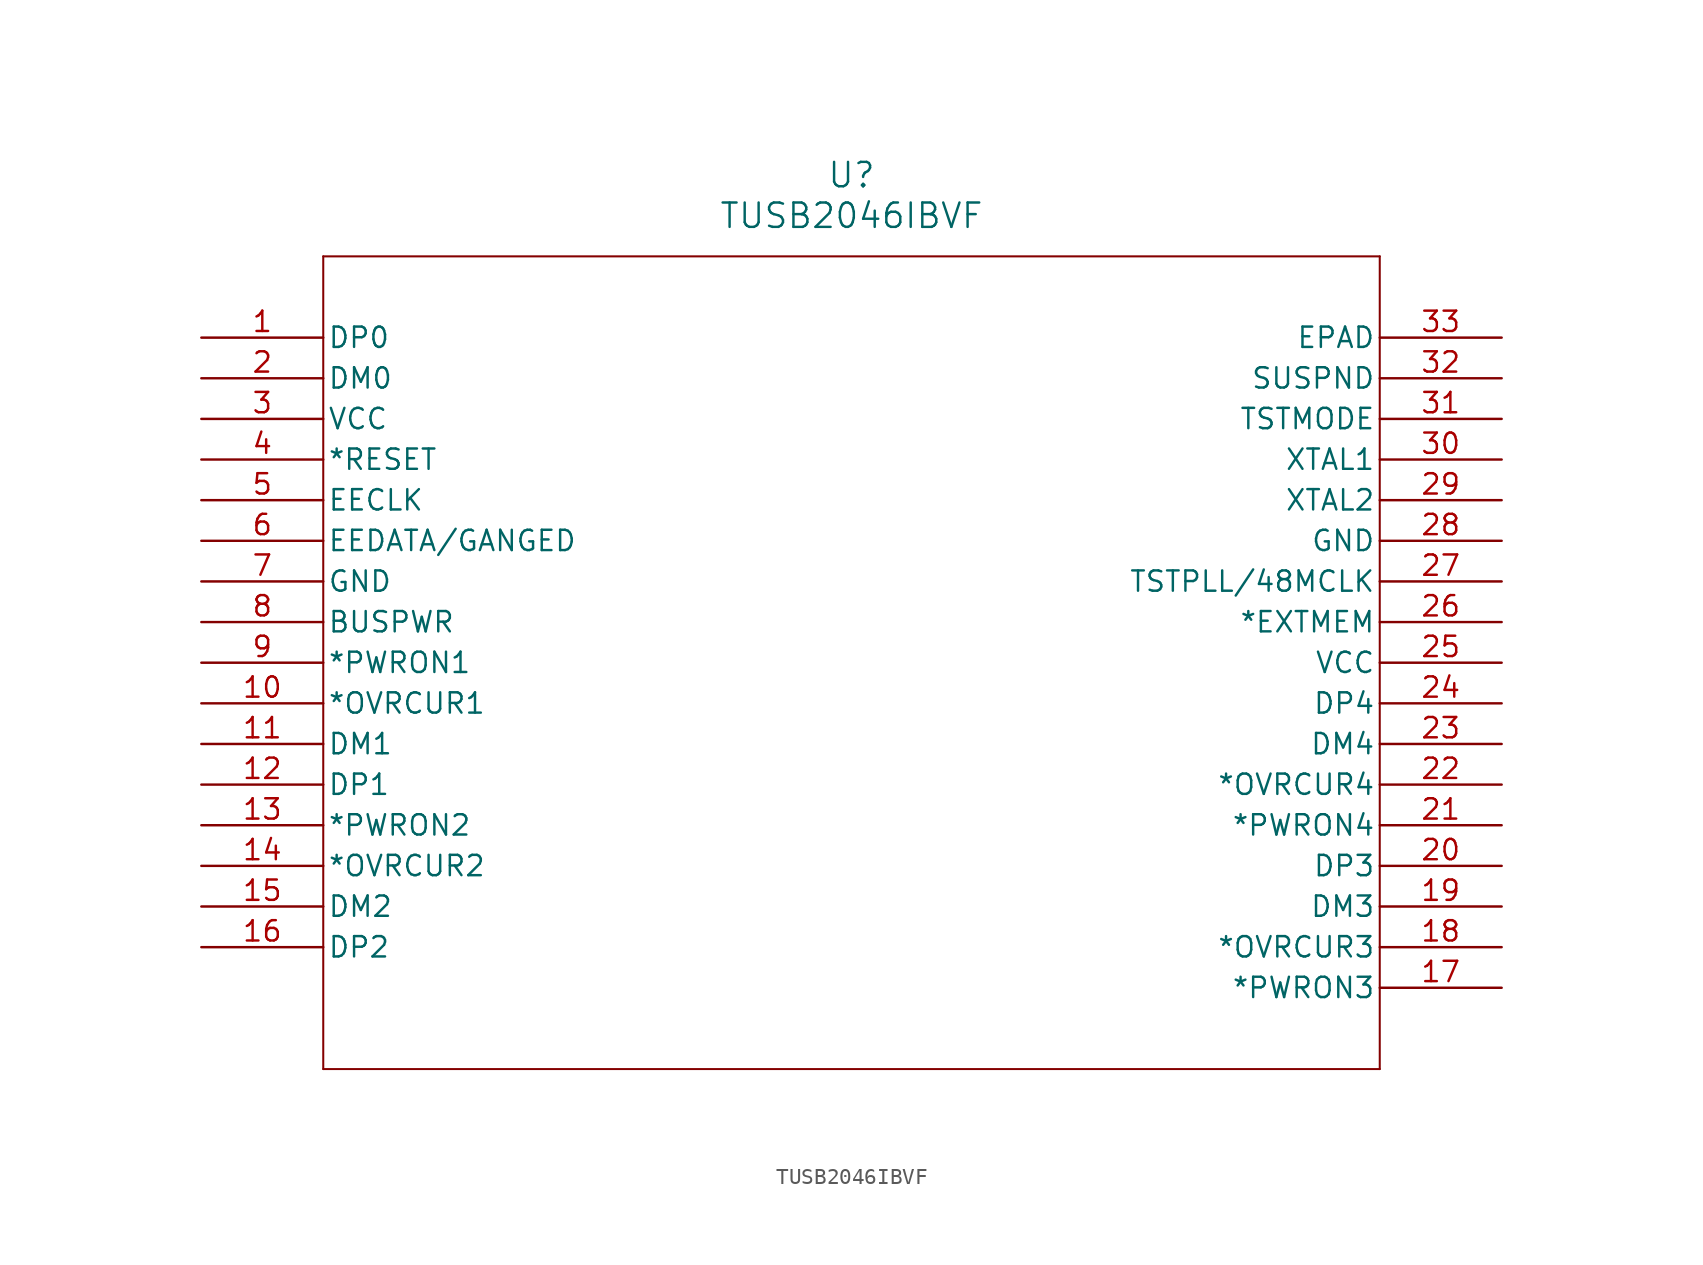
<source format=kicad_sym>
(kicad_symbol_lib
  (version 20211014)
  (generator kicad_symbol_editor)
  (symbol "TUSB2046IBVF"
    (pin_names
      (offset 0.254))
    (property "Reference" "U"
      (at 40.64 10.16 0)
      (effects (font (size 1.524 1.524))))
    (property "Value" "TUSB2046IBVF"
      (at 40.64 7.62 0)
      (effects (font (size 1.524 1.524))))
    (symbol "TUSB2046IBVF_0_1"
      (polyline (pts (xy 7.62 5.08) (xy 7.62 -45.72)) (stroke (width .127) (type default) (color 0 0 0 0)) (fill (type none)))
      (polyline (pts (xy 7.62 -45.72) (xy 73.66 -45.72)) (stroke (width .127) (type default) (color 0 0 0 0)) (fill (type none)))
      (polyline (pts (xy 73.66 -45.72) (xy 73.66 5.08)) (stroke (width .127) (type default) (color 0 0 0 0)) (fill (type none)))
      (polyline (pts (xy 73.66 5.08) (xy 7.62 5.08)) (stroke (width .127) (type default) (color 0 0 0 0)) (fill (type none)))
      (pin bidirectional line (at 0 0 0) (length 7.62) (name "DP0" (effects (font (size 1.27 1.27)))) (number "1" (effects (font (size 1.27 1.27)))))
      (pin bidirectional line (at 0 -2.54 0) (length 7.62) (name "DM0" (effects (font (size 1.27 1.27)))) (number "2" (effects (font (size 1.27 1.27)))))
      (pin power_in line (at 0 -5.08 0) (length 7.62) (name "VCC" (effects (font (size 1.27 1.27)))) (number "3" (effects (font (size 1.27 1.27)))))
      (pin input line (at 0 -7.62 0) (length 7.62) (name "*RESET" (effects (font (size 1.27 1.27)))) (number "4" (effects (font (size 1.27 1.27)))))
      (pin output line (at 0 -10.16 0) (length 7.62) (name "EECLK" (effects (font (size 1.27 1.27)))) (number "5" (effects (font (size 1.27 1.27)))))
      (pin bidirectional line (at 0 -12.7 0) (length 7.62) (name "EEDATA/GANGED" (effects (font (size 1.27 1.27)))) (number "6" (effects (font (size 1.27 1.27)))))
      (pin power_in line (at 0 -15.24 0) (length 7.62) (name "GND" (effects (font (size 1.27 1.27)))) (number "7" (effects (font (size 1.27 1.27)))))
      (pin input line (at 0 -17.78 0) (length 7.62) (name "BUSPWR" (effects (font (size 1.27 1.27)))) (number "8" (effects (font (size 1.27 1.27)))))
      (pin output line (at 0 -20.32 0) (length 7.62) (name "*PWRON1" (effects (font (size 1.27 1.27)))) (number "9" (effects (font (size 1.27 1.27)))))
      (pin output line (at 0 -22.86 0) (length 7.62) (name "*OVRCUR1" (effects (font (size 1.27 1.27)))) (number "10" (effects (font (size 1.27 1.27)))))
      (pin bidirectional line (at 0 -25.4 0) (length 7.62) (name "DM1" (effects (font (size 1.27 1.27)))) (number "11" (effects (font (size 1.27 1.27)))))
      (pin bidirectional line (at 0 -27.94 0) (length 7.62) (name "DP1" (effects (font (size 1.27 1.27)))) (number "12" (effects (font (size 1.27 1.27)))))
      (pin output line (at 0 -30.48 0) (length 7.62) (name "*PWRON2" (effects (font (size 1.27 1.27)))) (number "13" (effects (font (size 1.27 1.27)))))
      (pin output line (at 0 -33.02 0) (length 7.62) (name "*OVRCUR2" (effects (font (size 1.27 1.27)))) (number "14" (effects (font (size 1.27 1.27)))))
      (pin bidirectional line (at 0 -35.56 0) (length 7.62) (name "DM2" (effects (font (size 1.27 1.27)))) (number "15" (effects (font (size 1.27 1.27)))))
      (pin bidirectional line (at 0 -38.1 0) (length 7.62) (name "DP2" (effects (font (size 1.27 1.27)))) (number "16" (effects (font (size 1.27 1.27)))))
      (pin output line (at 81.28 -40.64 180) (length 7.62) (name "*PWRON3" (effects (font (size 1.27 1.27)))) (number "17" (effects (font (size 1.27 1.27)))))
      (pin output line (at 81.28 -38.1 180) (length 7.62) (name "*OVRCUR3" (effects (font (size 1.27 1.27)))) (number "18" (effects (font (size 1.27 1.27)))))
      (pin bidirectional line (at 81.28 -35.56 180) (length 7.62) (name "DM3" (effects (font (size 1.27 1.27)))) (number "19" (effects (font (size 1.27 1.27)))))
      (pin bidirectional line (at 81.28 -33.02 180) (length 7.62) (name "DP3" (effects (font (size 1.27 1.27)))) (number "20" (effects (font (size 1.27 1.27)))))
      (pin output line (at 81.28 -30.48 180) (length 7.62) (name "*PWRON4" (effects (font (size 1.27 1.27)))) (number "21" (effects (font (size 1.27 1.27)))))
      (pin input line (at 81.28 -27.94 180) (length 7.62) (name "*OVRCUR4" (effects (font (size 1.27 1.27)))) (number "22" (effects (font (size 1.27 1.27)))))
      (pin bidirectional line (at 81.28 -25.4 180) (length 7.62) (name "DM4" (effects (font (size 1.27 1.27)))) (number "23" (effects (font (size 1.27 1.27)))))
      (pin bidirectional line (at 81.28 -22.86 180) (length 7.62) (name "DP4" (effects (font (size 1.27 1.27)))) (number "24" (effects (font (size 1.27 1.27)))))
      (pin power_in line (at 81.28 -20.32 180) (length 7.62) (name "VCC" (effects (font (size 1.27 1.27)))) (number "25" (effects (font (size 1.27 1.27)))))
      (pin input line (at 81.28 -17.78 180) (length 7.62) (name "*EXTMEM" (effects (font (size 1.27 1.27)))) (number "26" (effects (font (size 1.27 1.27)))))
      (pin unspecified line (at 81.28 -15.24 180) (length 7.62) (name "TSTPLL/48MCLK" (effects (font (size 1.27 1.27)))) (number "27" (effects (font (size 1.27 1.27)))))
      (pin power_in line (at 81.28 -12.7 180) (length 7.62) (name "GND" (effects (font (size 1.27 1.27)))) (number "28" (effects (font (size 1.27 1.27)))))
      (pin output line (at 81.28 -10.16 180) (length 7.62) (name "XTAL2" (effects (font (size 1.27 1.27)))) (number "29" (effects (font (size 1.27 1.27)))))
      (pin input line (at 81.28 -7.62 180) (length 7.62) (name "XTAL1" (effects (font (size 1.27 1.27)))) (number "30" (effects (font (size 1.27 1.27)))))
      (pin unspecified line (at 81.28 -5.08 180) (length 7.62) (name "TSTMODE" (effects (font (size 1.27 1.27)))) (number "31" (effects (font (size 1.27 1.27)))))
      (pin output line (at 81.28 -2.54 180) (length 7.62) (name "SUSPND" (effects (font (size 1.27 1.27)))) (number "32" (effects (font (size 1.27 1.27)))))
      (pin unspecified line (at 81.28 0 180) (length 7.62) (name "EPAD" (effects (font (size 1.27 1.27)))) (number "33" (effects (font (size 1.27 1.27))))))))
</source>
